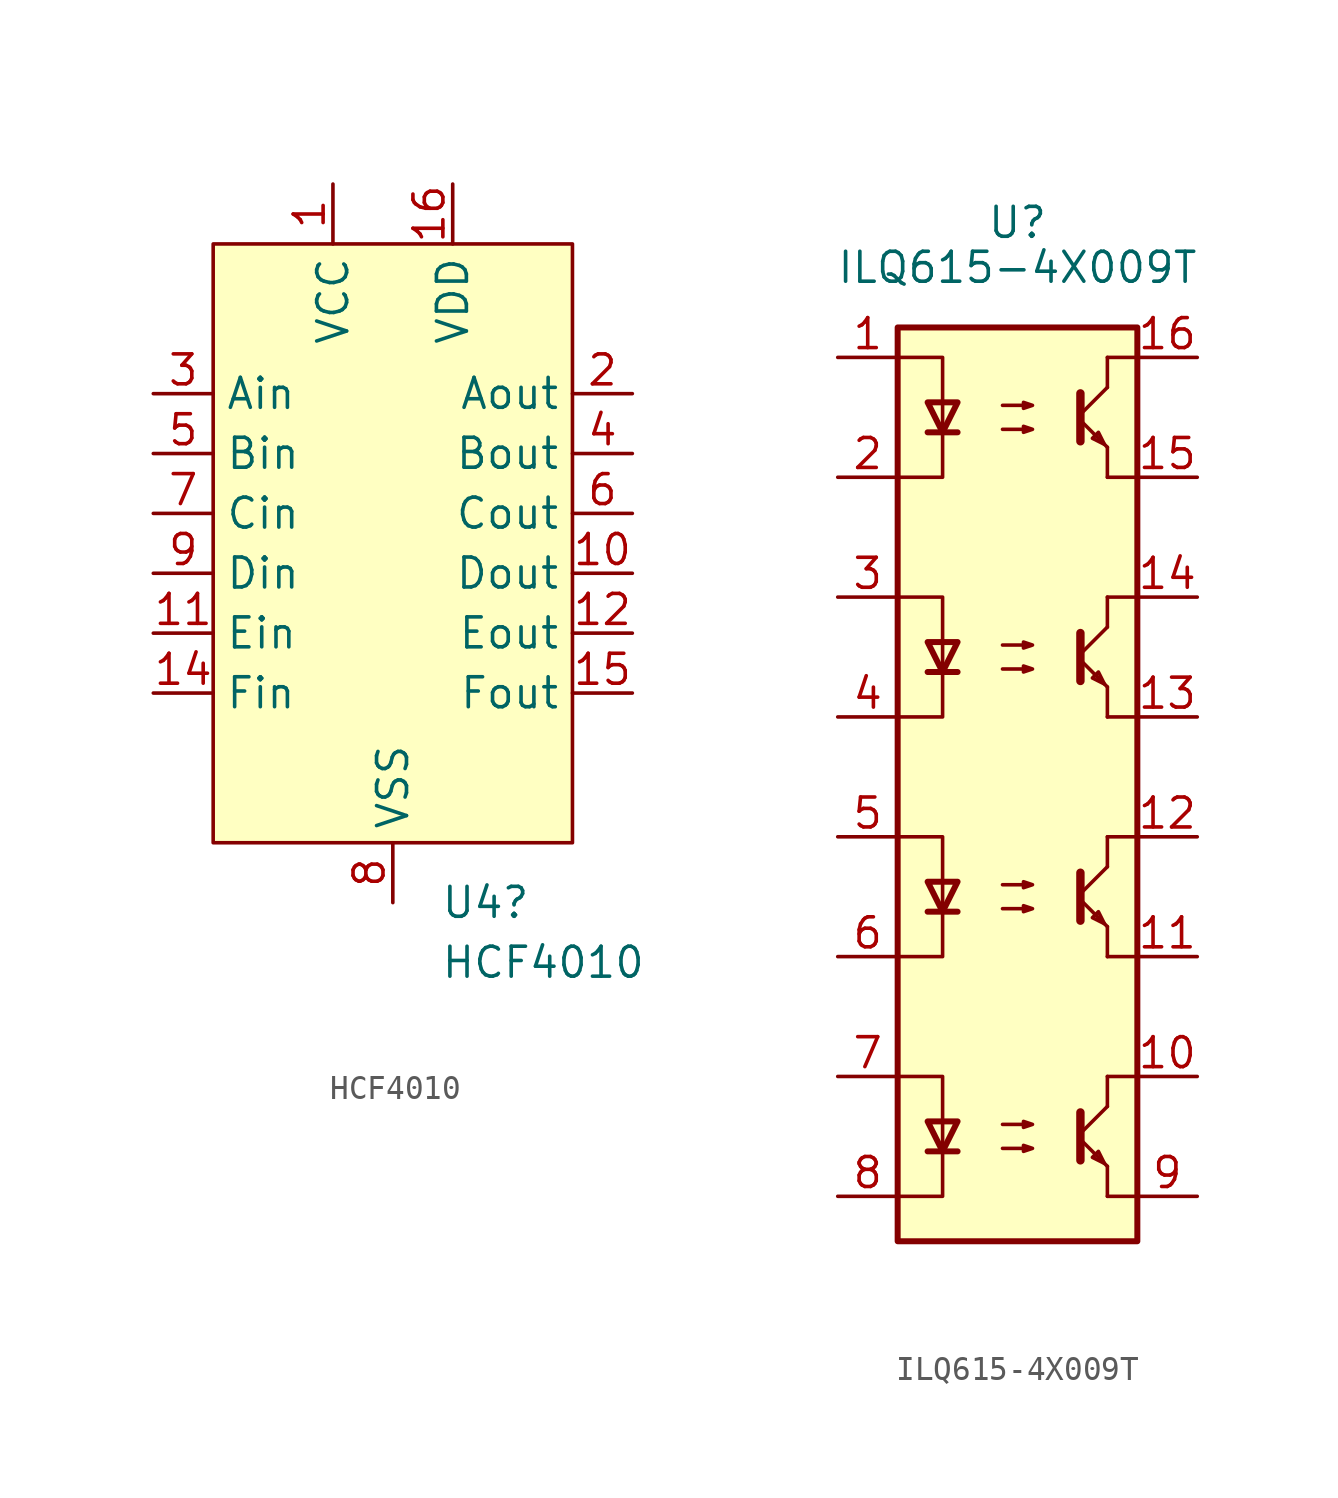
<source format=kicad_sym>
(kicad_symbol_lib
  (version 20231120)
  (generator "kicad_symbol_editor")
  (generator_version "8.0")
  (symbol "HCF4010"
    (property "Reference" "U4"
      (at 2.019 -12.7 0)
      (effects (font (size 1.27 1.27)) (justify left)))
    (property "Value" "HCF4010"
      (at 2.019 -15.24 0)
      (effects (font (size 1.27 1.27)) (justify left)))
    (symbol "HCF4010_0_0"
      (pin power_in line (at -2.54 17.78 270) (length 2.54) (name "VCC" (effects (font (size 1.27 1.27)))) (number "1" (effects (font (size 1.27 1.27)))))
      (pin output line (at 10.16 1.27 180) (length 2.54) (name "Dout" (effects (font (size 1.27 1.27)))) (number "10" (effects (font (size 1.27 1.27)))))
      (pin input line (at -10.16 -1.27 0) (length 2.54) (name "Ein" (effects (font (size 1.27 1.27)))) (number "11" (effects (font (size 1.27 1.27)))))
      (pin output line (at 10.16 -1.27 180) (length 2.54) (name "Eout" (effects (font (size 1.27 1.27)))) (number "12" (effects (font (size 1.27 1.27)))))
      (pin input line (at -10.16 -3.81 0) (length 2.54) (name "Fin" (effects (font (size 1.27 1.27)))) (number "14" (effects (font (size 1.27 1.27)))))
      (pin output line (at 10.16 -3.81 180) (length 2.54) (name "Fout" (effects (font (size 1.27 1.27)))) (number "15" (effects (font (size 1.27 1.27)))))
      (pin power_in line (at 2.54 17.78 270) (length 2.54) (name "VDD" (effects (font (size 1.27 1.27)))) (number "16" (effects (font (size 1.27 1.27)))))
      (pin output line (at 10.16 8.89 180) (length 2.54) (name "Aout" (effects (font (size 1.27 1.27)))) (number "2" (effects (font (size 1.27 1.27)))))
      (pin input line (at -10.16 8.89 0) (length 2.54) (name "Ain" (effects (font (size 1.27 1.27)))) (number "3" (effects (font (size 1.27 1.27)))))
      (pin output line (at 10.16 6.35 180) (length 2.54) (name "Bout" (effects (font (size 1.27 1.27)))) (number "4" (effects (font (size 1.27 1.27)))))
      (pin input line (at -10.16 6.35 0) (length 2.54) (name "Bin" (effects (font (size 1.27 1.27)))) (number "5" (effects (font (size 1.27 1.27)))))
      (pin output line (at 10.16 3.81 180) (length 2.54) (name "Cout" (effects (font (size 1.27 1.27)))) (number "6" (effects (font (size 1.27 1.27)))))
      (pin input line (at -10.16 3.81 0) (length 2.54) (name "Cin" (effects (font (size 1.27 1.27)))) (number "7" (effects (font (size 1.27 1.27)))))
      (pin power_in line (at 0 -12.7 90) (length 2.54) (name "VSS" (effects (font (size 1.27 1.27)))) (number "8" (effects (font (size 1.27 1.27)))))
      (pin input line (at -10.16 1.27 0) (length 2.54) (name "Din" (effects (font (size 1.27 1.27)))) (number "9" (effects (font (size 1.27 1.27))))))
    (symbol "HCF4010_0_1"
      (rectangle (start -7.62 15.24) (end 7.62 -10.16) (stroke (width 0) (type default)) (fill (type background))))
    (symbol "HCF4010_1_1"
      (pin no_connect line (at 7.62 -8.255 180) (length 2.54) hide (name "NC" (effects (font (size 1.27 1.27)))) (number "13" (effects (font (size 1.27 1.27)))))))
  (symbol "ILQ615-4X009T"
    (property "Reference" "U"
      (at 0 15.875 0)
      (effects (font (size 1.27 1.27))))
    (property "Value" "ILQ615-4X009T"
      (at 0 13.97 0)
      (effects (font (size 1.27 1.27))))
    (symbol "ILQ615-4X009T_0_1"
      (rectangle (start -5.08 11.43) (end 5.08 -27.305) (stroke (width 0.254) (type default)) (fill (type background)))
      (polyline (pts (xy -3.81 -23.495) (xy -2.54 -23.495)) (stroke (width 0.254) (type default)) (fill (type none)))
      (polyline (pts (xy -3.81 -13.335) (xy -2.54 -13.335)) (stroke (width 0.254) (type default)) (fill (type none)))
      (polyline (pts (xy -3.81 -3.175) (xy -2.54 -3.175)) (stroke (width 0.254) (type default)) (fill (type none)))
      (polyline (pts (xy -3.81 6.985) (xy -2.54 6.985)) (stroke (width 0.254) (type default)) (fill (type none)))
      (polyline (pts (xy 2.667 -22.987) (xy 3.81 -24.13)) (stroke (width 0) (type default)) (fill (type none)))
      (polyline (pts (xy 2.667 -22.733) (xy 3.81 -21.59)) (stroke (width 0) (type default)) (fill (type none)))
      (polyline (pts (xy 2.667 -12.827) (xy 3.81 -13.97)) (stroke (width 0) (type default)) (fill (type none)))
      (polyline (pts (xy 2.667 -12.573) (xy 3.81 -11.43)) (stroke (width 0) (type default)) (fill (type none)))
      (polyline (pts (xy 2.667 -2.667) (xy 3.81 -3.81)) (stroke (width 0) (type default)) (fill (type none)))
      (polyline (pts (xy 2.667 -2.413) (xy 3.81 -1.27)) (stroke (width 0) (type default)) (fill (type none)))
      (polyline (pts (xy 2.667 7.493) (xy 3.81 6.35)) (stroke (width 0) (type default)) (fill (type none)))
      (polyline (pts (xy 2.667 7.747) (xy 3.81 8.89)) (stroke (width 0) (type default)) (fill (type none)))
      (polyline (pts (xy 3.81 -25.4) (xy 5.08 -25.4)) (stroke (width 0) (type default)) (fill (type none)))
      (polyline (pts (xy 3.81 -24.13) (xy 3.81 -25.4)) (stroke (width 0) (type default)) (fill (type none)))
      (polyline (pts (xy 3.81 -21.59) (xy 3.81 -20.32)) (stroke (width 0) (type default)) (fill (type none)))
      (polyline (pts (xy 3.81 -20.32) (xy 5.08 -20.32)) (stroke (width 0) (type default)) (fill (type none)))
      (polyline (pts (xy 3.81 -15.24) (xy 5.08 -15.24)) (stroke (width 0) (type default)) (fill (type none)))
      (polyline (pts (xy 3.81 -13.97) (xy 3.81 -15.24)) (stroke (width 0) (type default)) (fill (type none)))
      (polyline (pts (xy 3.81 -11.43) (xy 3.81 -10.16)) (stroke (width 0) (type default)) (fill (type none)))
      (polyline (pts (xy 3.81 -10.16) (xy 5.08 -10.16)) (stroke (width 0) (type default)) (fill (type none)))
      (polyline (pts (xy 3.81 -5.08) (xy 5.08 -5.08)) (stroke (width 0) (type default)) (fill (type none)))
      (polyline (pts (xy 3.81 -3.81) (xy 3.81 -5.08)) (stroke (width 0) (type default)) (fill (type none)))
      (polyline (pts (xy 3.81 -1.27) (xy 3.81 0)) (stroke (width 0) (type default)) (fill (type none)))
      (polyline (pts (xy 3.81 0) (xy 5.08 0)) (stroke (width 0) (type default)) (fill (type none)))
      (polyline (pts (xy 3.81 5.08) (xy 5.08 5.08)) (stroke (width 0) (type default)) (fill (type none)))
      (polyline (pts (xy 3.81 6.35) (xy 3.81 5.08)) (stroke (width 0) (type default)) (fill (type none)))
      (polyline (pts (xy 3.81 8.89) (xy 3.81 10.16)) (stroke (width 0) (type default)) (fill (type none)))
      (polyline (pts (xy 3.81 10.16) (xy 5.08 10.16)) (stroke (width 0) (type default)) (fill (type none)))
      (polyline (pts (xy 2.667 -21.844) (xy 2.667 -23.876) (xy 2.667 -23.876)) (stroke (width 0.356) (type default)) (fill (type none)))
      (polyline (pts (xy 2.667 -11.684) (xy 2.667 -13.716) (xy 2.667 -13.716)) (stroke (width 0.356) (type default)) (fill (type none)))
      (polyline (pts (xy 2.667 -1.524) (xy 2.667 -3.556) (xy 2.667 -3.556)) (stroke (width 0.356) (type default)) (fill (type none)))
      (polyline (pts (xy 2.667 8.636) (xy 2.667 6.604) (xy 2.667 6.604)) (stroke (width 0.356) (type default)) (fill (type none)))
      (polyline (pts (xy -5.08 -25.4) (xy -3.175 -25.4) (xy -3.175 -20.32) (xy -5.08 -20.32)) (stroke (width 0) (type default)) (fill (type none)))
      (polyline (pts (xy -5.08 -15.24) (xy -3.175 -15.24) (xy -3.175 -10.16) (xy -5.08 -10.16)) (stroke (width 0) (type default)) (fill (type none)))
      (polyline (pts (xy -5.08 -5.08) (xy -3.175 -5.08) (xy -3.175 0) (xy -5.08 0)) (stroke (width 0) (type default)) (fill (type none)))
      (polyline (pts (xy -5.08 5.08) (xy -3.175 5.08) (xy -3.175 10.16) (xy -5.08 10.16)) (stroke (width 0) (type default)) (fill (type none)))
      (polyline (pts (xy -3.175 -23.495) (xy -3.81 -22.225) (xy -2.54 -22.225) (xy -3.175 -23.495)) (stroke (width 0.254) (type default)) (fill (type none)))
      (polyline (pts (xy -3.175 -13.335) (xy -3.81 -12.065) (xy -2.54 -12.065) (xy -3.175 -13.335)) (stroke (width 0.254) (type default)) (fill (type none)))
      (polyline (pts (xy -3.175 -3.175) (xy -3.81 -1.905) (xy -2.54 -1.905) (xy -3.175 -3.175)) (stroke (width 0.254) (type default)) (fill (type none)))
      (polyline (pts (xy -3.175 6.985) (xy -3.81 8.255) (xy -2.54 8.255) (xy -3.175 6.985)) (stroke (width 0.254) (type default)) (fill (type none)))
      (polyline (pts (xy 3.683 -24.003) (xy 3.429 -23.495) (xy 3.175 -23.749) (xy 3.683 -24.003)) (stroke (width 0) (type default)) (fill (type none)))
      (polyline (pts (xy 3.683 -13.843) (xy 3.429 -13.335) (xy 3.175 -13.589) (xy 3.683 -13.843)) (stroke (width 0) (type default)) (fill (type none)))
      (polyline (pts (xy 3.683 -3.683) (xy 3.429 -3.175) (xy 3.175 -3.429) (xy 3.683 -3.683)) (stroke (width 0) (type default)) (fill (type none)))
      (polyline (pts (xy 3.683 6.477) (xy 3.429 6.985) (xy 3.175 6.731) (xy 3.683 6.477)) (stroke (width 0) (type default)) (fill (type none)))
      (polyline (pts (xy -0.635 -23.368) (xy 0.635 -23.368) (xy 0.254 -23.495) (xy 0.254 -23.241) (xy 0.635 -23.368)) (stroke (width 0) (type default)) (fill (type none)))
      (polyline (pts (xy -0.635 -22.352) (xy 0.635 -22.352) (xy 0.254 -22.479) (xy 0.254 -22.225) (xy 0.635 -22.352)) (stroke (width 0) (type default)) (fill (type none)))
      (polyline (pts (xy -0.635 -13.208) (xy 0.635 -13.208) (xy 0.254 -13.335) (xy 0.254 -13.081) (xy 0.635 -13.208)) (stroke (width 0) (type default)) (fill (type none)))
      (polyline (pts (xy -0.635 -12.192) (xy 0.635 -12.192) (xy 0.254 -12.319) (xy 0.254 -12.065) (xy 0.635 -12.192)) (stroke (width 0) (type default)) (fill (type none)))
      (polyline (pts (xy -0.635 -3.048) (xy 0.635 -3.048) (xy 0.254 -3.175) (xy 0.254 -2.921) (xy 0.635 -3.048)) (stroke (width 0) (type default)) (fill (type none)))
      (polyline (pts (xy -0.635 -2.032) (xy 0.635 -2.032) (xy 0.254 -2.159) (xy 0.254 -1.905) (xy 0.635 -2.032)) (stroke (width 0) (type default)) (fill (type none)))
      (polyline (pts (xy -0.635 7.112) (xy 0.635 7.112) (xy 0.254 6.985) (xy 0.254 7.239) (xy 0.635 7.112)) (stroke (width 0) (type default)) (fill (type none)))
      (polyline (pts (xy -0.635 8.128) (xy 0.635 8.128) (xy 0.254 8.001) (xy 0.254 8.255) (xy 0.635 8.128)) (stroke (width 0) (type default)) (fill (type none))))
    (symbol "ILQ615-4X009T_1_1"
      (pin passive line (at -7.62 10.16 0) (length 2.54) (name "~" (effects (font (size 1.27 1.27)))) (number "1" (effects (font (size 1.27 1.27)))))
      (pin passive line (at 7.62 -20.32 180) (length 2.54) (name "~" (effects (font (size 1.27 1.27)))) (number "10" (effects (font (size 1.27 1.27)))))
      (pin passive line (at 7.62 -15.24 180) (length 2.54) (name "~" (effects (font (size 1.27 1.27)))) (number "11" (effects (font (size 1.27 1.27)))))
      (pin passive line (at 7.62 -10.16 180) (length 2.54) (name "~" (effects (font (size 1.27 1.27)))) (number "12" (effects (font (size 1.27 1.27)))))
      (pin passive line (at 7.62 -5.08 180) (length 2.54) (name "~" (effects (font (size 1.27 1.27)))) (number "13" (effects (font (size 1.27 1.27)))))
      (pin passive line (at 7.62 0 180) (length 2.54) (name "~" (effects (font (size 1.27 1.27)))) (number "14" (effects (font (size 1.27 1.27)))))
      (pin passive line (at 7.62 5.08 180) (length 2.54) (name "~" (effects (font (size 1.27 1.27)))) (number "15" (effects (font (size 1.27 1.27)))))
      (pin passive line (at 7.62 10.16 180) (length 2.54) (name "~" (effects (font (size 1.27 1.27)))) (number "16" (effects (font (size 1.27 1.27)))))
      (pin passive line (at -7.62 5.08 0) (length 2.54) (name "~" (effects (font (size 1.27 1.27)))) (number "2" (effects (font (size 1.27 1.27)))))
      (pin passive line (at -7.62 0 0) (length 2.54) (name "~" (effects (font (size 1.27 1.27)))) (number "3" (effects (font (size 1.27 1.27)))))
      (pin passive line (at -7.62 -5.08 0) (length 2.54) (name "~" (effects (font (size 1.27 1.27)))) (number "4" (effects (font (size 1.27 1.27)))))
      (pin passive line (at -7.62 -10.16 0) (length 2.54) (name "~" (effects (font (size 1.27 1.27)))) (number "5" (effects (font (size 1.27 1.27)))))
      (pin passive line (at -7.62 -15.24 0) (length 2.54) (name "~" (effects (font (size 1.27 1.27)))) (number "6" (effects (font (size 1.27 1.27)))))
      (pin passive line (at -7.62 -20.32 0) (length 2.54) (name "~" (effects (font (size 1.27 1.27)))) (number "7" (effects (font (size 1.27 1.27)))))
      (pin passive line (at -7.62 -25.4 0) (length 2.54) (name "~" (effects (font (size 1.27 1.27)))) (number "8" (effects (font (size 1.27 1.27)))))
      (pin passive line (at 7.62 -25.4 180) (length 2.54) (name "~" (effects (font (size 1.27 1.27)))) (number "9" (effects (font (size 1.27 1.27))))))))
</source>
